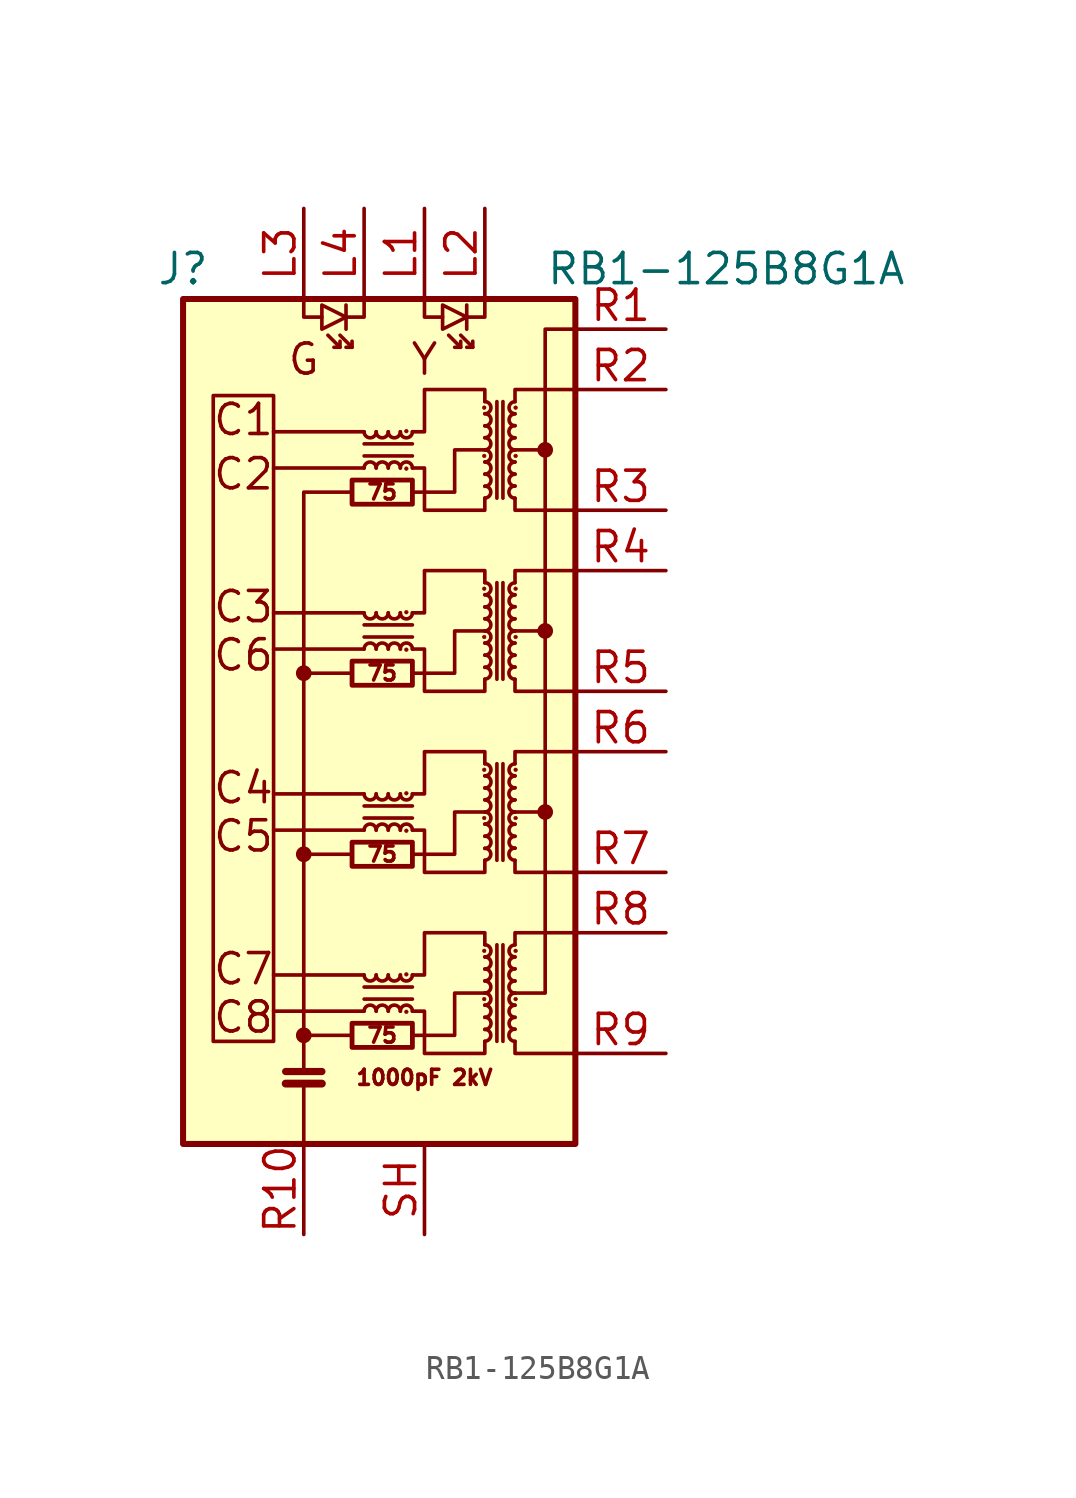
<source format=kicad_sym>
(kicad_symbol_lib
  (version 20220914)
  (generator kicad_symbol_editor)
  (symbol "RB1-125B8G1A"
    (pin_names hide)
    (property "Reference" "J"
      (at -7.62 20.32 0)
      (effects (font (size 1.27 1.27))))
    (property "Value" "RB1-125B8G1A"
      (at 15.24 20.32 0)
      (effects (font (size 1.27 1.27))))
    (symbol "RB1-125B8G1A_0_0"
      (polyline (pts (xy -0.508 -11.938) (xy -2.54 -11.938)) (stroke (width 0) (type default)) (fill (type none)))
      (polyline (pts (xy 0 -10.922) (xy -3.81 -10.922)) (stroke (width 0) (type default)) (fill (type none)))
      (polyline (pts (xy 0 -9.398) (xy -3.81 -9.398)) (stroke (width 0) (type default)) (fill (type none)))
      (polyline (pts (xy 0 -3.302) (xy -3.81 -3.302)) (stroke (width 0) (type default)) (fill (type none)))
      (polyline (pts (xy 0 -1.778) (xy -3.81 -1.778)) (stroke (width 0) (type default)) (fill (type none)))
      (polyline (pts (xy 0 4.318) (xy -3.81 4.318)) (stroke (width 0) (type default)) (fill (type none)))
      (polyline (pts (xy 0 5.842) (xy -3.81 5.842)) (stroke (width 0) (type default)) (fill (type none)))
      (polyline (pts (xy 0 11.938) (xy -3.81 11.938)) (stroke (width 0) (type default)) (fill (type none)))
      (polyline (pts (xy 0 13.462) (xy -3.81 13.462)) (stroke (width 0) (type default)) (fill (type none)))
      (polyline (pts (xy 6.35 5.08) (xy 7.62 5.08)) (stroke (width 0) (type default)) (fill (type none)))
      (polyline (pts (xy 7.62 -2.54) (xy 6.35 -2.54)) (stroke (width 0) (type default)) (fill (type none)))
      (polyline (pts (xy 7.62 12.7) (xy 6.35 12.7)) (stroke (width 0) (type default)) (fill (type none)))
      (polyline (pts (xy 2.032 -11.938) (xy 3.81 -11.938) (xy 3.81 -10.16) (xy 5.08 -10.16)) (stroke (width 0) (type default)) (fill (type none)))
      (polyline (pts (xy 2.032 -4.318) (xy 3.81 -4.318) (xy 3.81 -2.54) (xy 5.08 -2.54)) (stroke (width 0) (type default)) (fill (type none)))
      (polyline (pts (xy 2.032 3.302) (xy 3.81 3.302) (xy 3.81 5.08) (xy 5.08 5.08)) (stroke (width 0) (type default)) (fill (type none)))
      (polyline (pts (xy 2.032 10.922) (xy 3.81 10.922) (xy 3.81 12.7) (xy 5.08 12.7)) (stroke (width 0) (type default)) (fill (type none)))
      (text "1000pF 2kV" (at 2.54 -13.716 0) (effects (font (size 0.635 0.635))))
      (text "75" (at 0.762 -11.938 0) (effects (font (size 0.635 0.635))))
      (text "75" (at 0.762 -4.318 0) (effects (font (size 0.635 0.635))))
      (text "75" (at 0.762 3.302 0) (effects (font (size 0.635 0.635))))
      (text "75" (at 0.762 10.922 0) (effects (font (size 0.635 0.635))))
      (text "C1" (at -5.08 13.97 0) (effects (font (size 1.27 1.27))))
      (text "C2" (at -5.08 11.684 0) (effects (font (size 1.27 1.27))))
      (text "C3" (at -5.08 6.096 0) (effects (font (size 1.27 1.27))))
      (text "C4" (at -5.08 -1.524 0) (effects (font (size 1.27 1.27))))
      (text "C5" (at -5.08 -3.556 0) (effects (font (size 1.27 1.27))))
      (text "C6" (at -5.08 4.064 0) (effects (font (size 1.27 1.27))))
      (text "C7" (at -5.08 -9.144 0) (effects (font (size 1.27 1.27))))
      (text "C8" (at -5.08 -11.176 0) (effects (font (size 1.27 1.27))))
      (text "G" (at -2.54 16.51 0) (effects (font (size 1.27 1.27))))
      (text "Y" (at 2.54 16.51 0) (effects (font (size 1.27 1.27)))))
    (symbol "RB1-125B8G1A_0_1"
      (rectangle (start -3.81 -12.192) (end -6.35 14.986) (stroke (width 0) (type default)) (fill (type none)))
      (circle (center -2.54 -11.938) (radius 0.254) (stroke (width 0) (type default)) (fill (type outline)))
      (circle (center -2.54 -4.318) (radius 0.254) (stroke (width 0) (type default)) (fill (type outline)))
      (circle (center -2.54 3.302) (radius 0.254) (stroke (width 0) (type default)) (fill (type outline)))
      (rectangle (start -0.508 -12.446) (end 2.032 -11.43) (stroke (width 0.203) (type default)) (fill (type none)))
      (rectangle (start -0.508 -4.826) (end 2.032 -3.81) (stroke (width 0.203) (type default)) (fill (type none)))
      (rectangle (start -0.508 2.794) (end 2.032 3.81) (stroke (width 0.203) (type default)) (fill (type none)))
      (rectangle (start -0.508 10.414) (end 2.032 11.43) (stroke (width 0.203) (type default)) (fill (type none)))
      (arc (start 0 -9.398) (mid 0.254 -9.6509) (end 0.508 -9.398) (stroke (width 0) (type default)) (fill (type none)))
      (arc (start 0 -1.778) (mid 0.254 -2.0309) (end 0.508 -1.778) (stroke (width 0) (type default)) (fill (type none)))
      (polyline (pts (xy -3.302 -13.97) (xy -1.778 -13.97)) (stroke (width 0.33) (type default)) (fill (type none)))
      (polyline (pts (xy -3.302 -13.462) (xy -1.778 -13.462)) (stroke (width 0.305) (type default)) (fill (type none)))
      (polyline (pts (xy -2.54 -16.51) (xy -2.54 -13.97)) (stroke (width 0) (type default)) (fill (type none)))
      (polyline (pts (xy -2.54 3.302) (xy -0.508 3.302)) (stroke (width 0) (type default)) (fill (type none)))
      (polyline (pts (xy -1.016 17.018) (xy -1.524 17.526)) (stroke (width 0) (type default)) (fill (type none)))
      (polyline (pts (xy -0.762 18.796) (xy -0.762 17.78)) (stroke (width 0) (type default)) (fill (type none)))
      (polyline (pts (xy -0.508 -4.318) (xy -2.54 -4.318)) (stroke (width 0) (type default)) (fill (type none)))
      (polyline (pts (xy -0.508 17.018) (xy -1.016 17.526)) (stroke (width 0) (type default)) (fill (type none)))
      (polyline (pts (xy 0 -10.414) (xy 2.032 -10.414)) (stroke (width 0) (type default)) (fill (type none)))
      (polyline (pts (xy 0 -2.794) (xy 2.032 -2.794)) (stroke (width 0) (type default)) (fill (type none)))
      (polyline (pts (xy 0 4.826) (xy 2.032 4.826)) (stroke (width 0) (type default)) (fill (type none)))
      (polyline (pts (xy 0 12.446) (xy 2.032 12.446)) (stroke (width 0) (type default)) (fill (type none)))
      (polyline (pts (xy 2.032 -9.906) (xy 0 -9.906)) (stroke (width 0) (type default)) (fill (type none)))
      (polyline (pts (xy 2.032 -2.286) (xy 0 -2.286)) (stroke (width 0) (type default)) (fill (type none)))
      (polyline (pts (xy 2.032 5.334) (xy 0 5.334)) (stroke (width 0) (type default)) (fill (type none)))
      (polyline (pts (xy 2.032 12.954) (xy 0 12.954)) (stroke (width 0) (type default)) (fill (type none)))
      (polyline (pts (xy 4.064 17.018) (xy 3.556 17.526)) (stroke (width 0) (type default)) (fill (type none)))
      (polyline (pts (xy 4.318 18.796) (xy 4.318 17.78)) (stroke (width 0) (type default)) (fill (type none)))
      (polyline (pts (xy 4.572 17.018) (xy 4.064 17.526)) (stroke (width 0) (type default)) (fill (type none)))
      (polyline (pts (xy 5.588 -8.128) (xy 5.588 -12.192)) (stroke (width 0) (type default)) (fill (type none)))
      (polyline (pts (xy 5.588 -0.508) (xy 5.588 -4.572)) (stroke (width 0) (type default)) (fill (type none)))
      (polyline (pts (xy 5.588 7.112) (xy 5.588 3.048)) (stroke (width 0) (type default)) (fill (type none)))
      (polyline (pts (xy 5.588 14.732) (xy 5.588 10.668)) (stroke (width 0) (type default)) (fill (type none)))
      (polyline (pts (xy 5.842 -12.192) (xy 5.842 -8.128)) (stroke (width 0) (type default)) (fill (type none)))
      (polyline (pts (xy 5.842 -4.572) (xy 5.842 -0.508)) (stroke (width 0) (type default)) (fill (type none)))
      (polyline (pts (xy 5.842 3.048) (xy 5.842 7.112)) (stroke (width 0) (type default)) (fill (type none)))
      (polyline (pts (xy 5.842 10.668) (xy 5.842 14.732)) (stroke (width 0) (type default)) (fill (type none)))
      (polyline (pts (xy -2.54 -13.462) (xy -2.54 10.922) (xy -0.508 10.922)) (stroke (width 0) (type default)) (fill (type none)))
      (polyline (pts (xy -2.54 19.05) (xy -2.54 18.288) (xy -1.778 18.288)) (stroke (width 0) (type default)) (fill (type none)))
      (polyline (pts (xy -1.016 17.272) (xy -1.016 17.018) (xy -1.27 17.018)) (stroke (width 0) (type default)) (fill (type none)))
      (polyline (pts (xy -0.508 17.272) (xy -0.508 17.018) (xy -0.762 17.018)) (stroke (width 0) (type default)) (fill (type none)))
      (polyline (pts (xy 0 19.05) (xy 0 18.288) (xy -0.762 18.288)) (stroke (width 0) (type default)) (fill (type none)))
      (polyline (pts (xy 2.54 19.05) (xy 2.54 18.288) (xy 3.302 18.288)) (stroke (width 0) (type default)) (fill (type none)))
      (polyline (pts (xy 4.064 17.272) (xy 4.064 17.018) (xy 3.81 17.018)) (stroke (width 0) (type default)) (fill (type none)))
      (polyline (pts (xy 4.572 17.272) (xy 4.572 17.018) (xy 4.318 17.018)) (stroke (width 0) (type default)) (fill (type none)))
      (polyline (pts (xy 5.08 19.05) (xy 5.08 18.288) (xy 4.318 18.288)) (stroke (width 0) (type default)) (fill (type none)))
      (polyline (pts (xy 6.35 -12.192) (xy 6.35 -12.7) (xy 8.89 -12.7)) (stroke (width 0) (type default)) (fill (type none)))
      (polyline (pts (xy 6.35 -8.128) (xy 6.35 -7.62) (xy 8.89 -7.62)) (stroke (width 0) (type default)) (fill (type none)))
      (polyline (pts (xy 6.35 -4.572) (xy 6.35 -5.08) (xy 8.89 -5.08)) (stroke (width 0) (type default)) (fill (type none)))
      (polyline (pts (xy 6.35 -0.508) (xy 6.35 0) (xy 8.89 0)) (stroke (width 0) (type default)) (fill (type none)))
      (polyline (pts (xy 6.35 3.048) (xy 6.35 2.54) (xy 8.89 2.54)) (stroke (width 0) (type default)) (fill (type none)))
      (polyline (pts (xy 6.35 7.112) (xy 6.35 7.62) (xy 8.89 7.62)) (stroke (width 0) (type default)) (fill (type none)))
      (polyline (pts (xy 6.35 10.668) (xy 6.35 10.16) (xy 8.89 10.16)) (stroke (width 0) (type default)) (fill (type none)))
      (polyline (pts (xy 6.35 14.732) (xy 6.35 15.24) (xy 8.89 15.24)) (stroke (width 0) (type default)) (fill (type none)))
      (polyline (pts (xy -0.762 18.288) (xy -1.778 18.796) (xy -1.778 17.78) (xy -0.762 18.288)) (stroke (width 0) (type default)) (fill (type none)))
      (polyline (pts (xy 4.318 18.288) (xy 3.302 18.796) (xy 3.302 17.78) (xy 4.318 18.288)) (stroke (width 0) (type default)) (fill (type none)))
      (polyline (pts (xy 8.89 17.78) (xy 7.62 17.78) (xy 7.62 -10.16) (xy 6.35 -10.16)) (stroke (width 0) (type default)) (fill (type none)))
      (polyline (pts (xy 2.032 -9.398) (xy 2.54 -9.398) (xy 2.54 -7.62) (xy 5.08 -7.62) (xy 5.08 -8.128)) (stroke (width 0) (type default)) (fill (type none)))
      (polyline (pts (xy 2.032 -1.778) (xy 2.54 -1.778) (xy 2.54 0) (xy 5.08 0) (xy 5.08 -0.508)) (stroke (width 0) (type default)) (fill (type none)))
      (polyline (pts (xy 2.032 5.842) (xy 2.54 5.842) (xy 2.54 7.62) (xy 5.08 7.62) (xy 5.08 7.112)) (stroke (width 0) (type default)) (fill (type none)))
      (polyline (pts (xy 2.032 13.462) (xy 2.54 13.462) (xy 2.54 15.24) (xy 5.08 15.24) (xy 5.08 14.732)) (stroke (width 0) (type default)) (fill (type none)))
      (polyline (pts (xy 5.08 -12.192) (xy 5.08 -12.7) (xy 2.54 -12.7) (xy 2.54 -10.922) (xy 2.032 -10.922)) (stroke (width 0) (type default)) (fill (type none)))
      (polyline (pts (xy 5.08 -4.572) (xy 5.08 -5.08) (xy 2.54 -5.08) (xy 2.54 -3.302) (xy 2.032 -3.302)) (stroke (width 0) (type default)) (fill (type none)))
      (polyline (pts (xy 5.08 3.048) (xy 5.08 2.54) (xy 2.54 2.54) (xy 2.54 4.318) (xy 2.032 4.318)) (stroke (width 0) (type default)) (fill (type none)))
      (polyline (pts (xy 5.08 10.668) (xy 5.08 10.16) (xy 2.54 10.16) (xy 2.54 11.938) (xy 2.032 11.938)) (stroke (width 0) (type default)) (fill (type none)))
      (arc (start 0 5.842) (mid 0.254 5.5891) (end 0.508 5.842) (stroke (width 0) (type default)) (fill (type none)))
      (arc (start 0 13.462) (mid 0.254 13.2091) (end 0.508 13.462) (stroke (width 0) (type default)) (fill (type none)))
      (arc (start 0.508 -10.922) (mid 0.254 -10.6691) (end 0 -10.922) (stroke (width 0) (type default)) (fill (type none)))
      (arc (start 0.508 -9.398) (mid 0.762 -9.6509) (end 1.016 -9.398) (stroke (width 0) (type default)) (fill (type none)))
      (arc (start 0.508 -3.302) (mid 0.254 -3.0491) (end 0 -3.302) (stroke (width 0) (type default)) (fill (type none)))
      (arc (start 0.508 -1.778) (mid 0.762 -2.0309) (end 1.016 -1.778) (stroke (width 0) (type default)) (fill (type none)))
      (arc (start 0.508 4.318) (mid 0.254 4.5709) (end 0 4.318) (stroke (width 0) (type default)) (fill (type none)))
      (arc (start 0.508 5.842) (mid 0.762 5.5891) (end 1.016 5.842) (stroke (width 0) (type default)) (fill (type none)))
      (arc (start 0.508 11.938) (mid 0.254 12.1909) (end 0 11.938) (stroke (width 0) (type default)) (fill (type none)))
      (arc (start 0.508 13.462) (mid 0.762 13.2091) (end 1.016 13.462) (stroke (width 0) (type default)) (fill (type none)))
      (arc (start 1.016 -10.922) (mid 0.762 -10.6691) (end 0.508 -10.922) (stroke (width 0) (type default)) (fill (type none)))
      (arc (start 1.016 -9.398) (mid 1.27 -9.6509) (end 1.524 -9.398) (stroke (width 0) (type default)) (fill (type none)))
      (arc (start 1.016 -3.302) (mid 0.762 -3.0491) (end 0.508 -3.302) (stroke (width 0) (type default)) (fill (type none)))
      (arc (start 1.016 -1.778) (mid 1.27 -2.0309) (end 1.524 -1.778) (stroke (width 0) (type default)) (fill (type none)))
      (arc (start 1.016 4.318) (mid 0.762 4.5709) (end 0.508 4.318) (stroke (width 0) (type default)) (fill (type none)))
      (arc (start 1.016 5.842) (mid 1.27 5.5891) (end 1.524 5.842) (stroke (width 0) (type default)) (fill (type none)))
      (arc (start 1.016 11.938) (mid 0.762 12.1909) (end 0.508 11.938) (stroke (width 0) (type default)) (fill (type none)))
      (arc (start 1.016 13.462) (mid 1.27 13.2091) (end 1.524 13.462) (stroke (width 0) (type default)) (fill (type none)))
      (arc (start 1.524 -10.922) (mid 1.27 -10.6691) (end 1.016 -10.922) (stroke (width 0) (type default)) (fill (type none)))
      (arc (start 1.524 -9.398) (mid 1.778 -9.6509) (end 2.032 -9.398) (stroke (width 0) (type default)) (fill (type none)))
      (arc (start 1.524 -3.302) (mid 1.27 -3.0491) (end 1.016 -3.302) (stroke (width 0) (type default)) (fill (type none)))
      (arc (start 1.524 -1.778) (mid 1.778 -2.0309) (end 2.032 -1.778) (stroke (width 0) (type default)) (fill (type none)))
      (arc (start 1.524 4.318) (mid 1.27 4.5709) (end 1.016 4.318) (stroke (width 0) (type default)) (fill (type none)))
      (arc (start 1.524 5.842) (mid 1.778 5.5891) (end 2.032 5.842) (stroke (width 0) (type default)) (fill (type none)))
      (arc (start 1.524 11.938) (mid 1.27 12.1909) (end 1.016 11.938) (stroke (width 0) (type default)) (fill (type none)))
      (arc (start 1.524 13.462) (mid 1.778 13.2091) (end 2.032 13.462) (stroke (width 0) (type default)) (fill (type none)))
      (circle (center 1.778 -10.947) (radius 0.076) (stroke (width 0.025) (type default)) (fill (type outline)))
      (circle (center 1.778 -9.373) (radius 0.076) (stroke (width 0.025) (type default)) (fill (type outline)))
      (circle (center 1.778 -3.327) (radius 0.076) (stroke (width 0.025) (type default)) (fill (type outline)))
      (circle (center 1.778 -1.753) (radius 0.076) (stroke (width 0.025) (type default)) (fill (type outline)))
      (circle (center 1.778 4.293) (radius 0.076) (stroke (width 0.025) (type default)) (fill (type outline)))
      (circle (center 1.778 5.867) (radius 0.076) (stroke (width 0.025) (type default)) (fill (type outline)))
      (circle (center 1.778 11.913) (radius 0.076) (stroke (width 0.025) (type default)) (fill (type outline)))
      (circle (center 1.778 13.487) (radius 0.076) (stroke (width 0.025) (type default)) (fill (type outline)))
      (arc (start 2.032 -10.922) (mid 1.778 -10.6691) (end 1.524 -10.922) (stroke (width 0) (type default)) (fill (type none)))
      (arc (start 2.032 -3.302) (mid 1.778 -3.0491) (end 1.524 -3.302) (stroke (width 0) (type default)) (fill (type none)))
      (arc (start 2.032 4.318) (mid 1.778 4.5709) (end 1.524 4.318) (stroke (width 0) (type default)) (fill (type none)))
      (arc (start 2.032 11.938) (mid 1.778 12.1909) (end 1.524 11.938) (stroke (width 0) (type default)) (fill (type none)))
      (circle (center 5.055 -10.414) (radius 0.076) (stroke (width 0.025) (type default)) (fill (type outline)))
      (circle (center 5.055 -8.382) (radius 0.076) (stroke (width 0.025) (type default)) (fill (type outline)))
      (circle (center 5.055 -2.794) (radius 0.076) (stroke (width 0.025) (type default)) (fill (type outline)))
      (circle (center 5.055 -0.762) (radius 0.076) (stroke (width 0.025) (type default)) (fill (type outline)))
      (circle (center 5.055 4.826) (radius 0.076) (stroke (width 0.025) (type default)) (fill (type outline)))
      (circle (center 5.055 6.858) (radius 0.076) (stroke (width 0.025) (type default)) (fill (type outline)))
      (circle (center 5.055 12.446) (radius 0.076) (stroke (width 0.025) (type default)) (fill (type outline)))
      (circle (center 5.055 14.478) (radius 0.076) (stroke (width 0.025) (type default)) (fill (type outline)))
      (arc (start 5.08 -12.192) (mid 5.3329 -11.938) (end 5.08 -11.684) (stroke (width 0) (type default)) (fill (type none)))
      (arc (start 5.08 -11.684) (mid 5.3329 -11.43) (end 5.08 -11.176) (stroke (width 0) (type default)) (fill (type none)))
      (arc (start 5.08 -11.176) (mid 5.3329 -10.922) (end 5.08 -10.668) (stroke (width 0) (type default)) (fill (type none)))
      (arc (start 5.08 -10.668) (mid 5.3329 -10.414) (end 5.08 -10.16) (stroke (width 0) (type default)) (fill (type none)))
      (arc (start 5.08 -10.16) (mid 5.3329 -9.906) (end 5.08 -9.652) (stroke (width 0) (type default)) (fill (type none)))
      (arc (start 5.08 -9.652) (mid 5.3329 -9.398) (end 5.08 -9.144) (stroke (width 0) (type default)) (fill (type none)))
      (arc (start 5.08 -9.144) (mid 5.3329 -8.89) (end 5.08 -8.636) (stroke (width 0) (type default)) (fill (type none)))
      (arc (start 5.08 -8.636) (mid 5.3329 -8.382) (end 5.08 -8.128) (stroke (width 0) (type default)) (fill (type none)))
      (arc (start 5.08 -4.572) (mid 5.3329 -4.318) (end 5.08 -4.064) (stroke (width 0) (type default)) (fill (type none)))
      (arc (start 5.08 -4.064) (mid 5.3329 -3.81) (end 5.08 -3.556) (stroke (width 0) (type default)) (fill (type none)))
      (arc (start 5.08 -3.556) (mid 5.3329 -3.302) (end 5.08 -3.048) (stroke (width 0) (type default)) (fill (type none)))
      (arc (start 5.08 -3.048) (mid 5.3329 -2.794) (end 5.08 -2.54) (stroke (width 0) (type default)) (fill (type none)))
      (arc (start 5.08 -2.54) (mid 5.3329 -2.286) (end 5.08 -2.032) (stroke (width 0) (type default)) (fill (type none)))
      (arc (start 5.08 -2.032) (mid 5.3329 -1.778) (end 5.08 -1.524) (stroke (width 0) (type default)) (fill (type none)))
      (arc (start 5.08 -1.524) (mid 5.3329 -1.27) (end 5.08 -1.016) (stroke (width 0) (type default)) (fill (type none)))
      (arc (start 5.08 -1.016) (mid 5.3329 -0.762) (end 5.08 -0.508) (stroke (width 0) (type default)) (fill (type none)))
      (arc (start 5.08 3.048) (mid 5.3329 3.302) (end 5.08 3.556) (stroke (width 0) (type default)) (fill (type none)))
      (arc (start 5.08 3.556) (mid 5.3329 3.81) (end 5.08 4.064) (stroke (width 0) (type default)) (fill (type none)))
      (arc (start 5.08 4.064) (mid 5.3329 4.318) (end 5.08 4.572) (stroke (width 0) (type default)) (fill (type none)))
      (arc (start 5.08 4.572) (mid 5.3329 4.826) (end 5.08 5.08) (stroke (width 0) (type default)) (fill (type none)))
      (arc (start 5.08 5.08) (mid 5.3329 5.334) (end 5.08 5.588) (stroke (width 0) (type default)) (fill (type none)))
      (arc (start 5.08 5.588) (mid 5.3329 5.842) (end 5.08 6.096) (stroke (width 0) (type default)) (fill (type none)))
      (arc (start 5.08 6.096) (mid 5.3329 6.35) (end 5.08 6.604) (stroke (width 0) (type default)) (fill (type none)))
      (arc (start 5.08 6.604) (mid 5.3329 6.858) (end 5.08 7.112) (stroke (width 0) (type default)) (fill (type none)))
      (arc (start 5.08 10.668) (mid 5.3329 10.922) (end 5.08 11.176) (stroke (width 0) (type default)) (fill (type none)))
      (arc (start 5.08 11.176) (mid 5.3329 11.43) (end 5.08 11.684) (stroke (width 0) (type default)) (fill (type none)))
      (arc (start 5.08 11.684) (mid 5.3329 11.938) (end 5.08 12.192) (stroke (width 0) (type default)) (fill (type none)))
      (arc (start 5.08 12.192) (mid 5.3329 12.446) (end 5.08 12.7) (stroke (width 0) (type default)) (fill (type none)))
      (arc (start 5.08 12.7) (mid 5.3329 12.954) (end 5.08 13.208) (stroke (width 0) (type default)) (fill (type none)))
      (arc (start 5.08 13.208) (mid 5.3329 13.462) (end 5.08 13.716) (stroke (width 0) (type default)) (fill (type none)))
      (arc (start 5.08 13.716) (mid 5.3329 13.97) (end 5.08 14.224) (stroke (width 0) (type default)) (fill (type none)))
      (arc (start 5.08 14.224) (mid 5.3329 14.478) (end 5.08 14.732) (stroke (width 0) (type default)) (fill (type none)))
      (arc (start 6.35 -11.684) (mid 6.0971 -11.938) (end 6.35 -12.192) (stroke (width 0) (type default)) (fill (type none)))
      (arc (start 6.35 -11.176) (mid 6.0971 -11.43) (end 6.35 -11.684) (stroke (width 0) (type default)) (fill (type none)))
      (arc (start 6.35 -10.668) (mid 6.0971 -10.922) (end 6.35 -11.176) (stroke (width 0) (type default)) (fill (type none)))
      (arc (start 6.35 -10.16) (mid 6.0971 -10.414) (end 6.35 -10.668) (stroke (width 0) (type default)) (fill (type none)))
      (arc (start 6.35 -9.652) (mid 6.0971 -9.906) (end 6.35 -10.16) (stroke (width 0) (type default)) (fill (type none)))
      (arc (start 6.35 -9.144) (mid 6.0971 -9.398) (end 6.35 -9.652) (stroke (width 0) (type default)) (fill (type none)))
      (arc (start 6.35 -8.636) (mid 6.0971 -8.89) (end 6.35 -9.144) (stroke (width 0) (type default)) (fill (type none)))
      (arc (start 6.35 -8.128) (mid 6.0971 -8.382) (end 6.35 -8.636) (stroke (width 0) (type default)) (fill (type none)))
      (arc (start 6.35 -4.064) (mid 6.0971 -4.318) (end 6.35 -4.572) (stroke (width 0) (type default)) (fill (type none)))
      (arc (start 6.35 -3.556) (mid 6.0971 -3.81) (end 6.35 -4.064) (stroke (width 0) (type default)) (fill (type none)))
      (arc (start 6.35 -3.048) (mid 6.0971 -3.302) (end 6.35 -3.556) (stroke (width 0) (type default)) (fill (type none)))
      (arc (start 6.35 -2.54) (mid 6.0971 -2.794) (end 6.35 -3.048) (stroke (width 0) (type default)) (fill (type none)))
      (arc (start 6.35 -2.032) (mid 6.0971 -2.286) (end 6.35 -2.54) (stroke (width 0) (type default)) (fill (type none)))
      (arc (start 6.35 -1.524) (mid 6.0971 -1.778) (end 6.35 -2.032) (stroke (width 0) (type default)) (fill (type none)))
      (arc (start 6.35 -1.016) (mid 6.0971 -1.27) (end 6.35 -1.524) (stroke (width 0) (type default)) (fill (type none)))
      (arc (start 6.35 -0.508) (mid 6.0971 -0.762) (end 6.35 -1.016) (stroke (width 0) (type default)) (fill (type none)))
      (arc (start 6.35 3.556) (mid 6.0971 3.302) (end 6.35 3.048) (stroke (width 0) (type default)) (fill (type none)))
      (arc (start 6.35 4.064) (mid 6.0971 3.81) (end 6.35 3.556) (stroke (width 0) (type default)) (fill (type none)))
      (arc (start 6.35 4.572) (mid 6.0971 4.318) (end 6.35 4.064) (stroke (width 0) (type default)) (fill (type none)))
      (arc (start 6.35 5.08) (mid 6.0971 4.826) (end 6.35 4.572) (stroke (width 0) (type default)) (fill (type none)))
      (arc (start 6.35 5.588) (mid 6.0971 5.334) (end 6.35 5.08) (stroke (width 0) (type default)) (fill (type none)))
      (arc (start 6.35 6.096) (mid 6.0971 5.842) (end 6.35 5.588) (stroke (width 0) (type default)) (fill (type none)))
      (arc (start 6.35 6.604) (mid 6.0971 6.35) (end 6.35 6.096) (stroke (width 0) (type default)) (fill (type none)))
      (arc (start 6.35 7.112) (mid 6.0971 6.858) (end 6.35 6.604) (stroke (width 0) (type default)) (fill (type none)))
      (arc (start 6.35 11.176) (mid 6.0971 10.922) (end 6.35 10.668) (stroke (width 0) (type default)) (fill (type none)))
      (arc (start 6.35 11.684) (mid 6.0971 11.43) (end 6.35 11.176) (stroke (width 0) (type default)) (fill (type none)))
      (arc (start 6.35 12.192) (mid 6.0971 11.938) (end 6.35 11.684) (stroke (width 0) (type default)) (fill (type none)))
      (arc (start 6.35 12.7) (mid 6.0971 12.446) (end 6.35 12.192) (stroke (width 0) (type default)) (fill (type none)))
      (arc (start 6.35 13.208) (mid 6.0971 12.954) (end 6.35 12.7) (stroke (width 0) (type default)) (fill (type none)))
      (arc (start 6.35 13.716) (mid 6.0971 13.462) (end 6.35 13.208) (stroke (width 0) (type default)) (fill (type none)))
      (arc (start 6.35 14.224) (mid 6.0971 13.97) (end 6.35 13.716) (stroke (width 0) (type default)) (fill (type none)))
      (arc (start 6.35 14.732) (mid 6.0971 14.478) (end 6.35 14.224) (stroke (width 0) (type default)) (fill (type none)))
      (circle (center 6.375 -10.414) (radius 0.076) (stroke (width 0.025) (type default)) (fill (type outline)))
      (circle (center 6.375 -8.382) (radius 0.076) (stroke (width 0.025) (type default)) (fill (type outline)))
      (circle (center 6.375 -2.794) (radius 0.076) (stroke (width 0.025) (type default)) (fill (type outline)))
      (circle (center 6.375 -0.762) (radius 0.076) (stroke (width 0.025) (type default)) (fill (type outline)))
      (circle (center 6.375 4.826) (radius 0.076) (stroke (width 0.025) (type default)) (fill (type outline)))
      (circle (center 6.375 6.858) (radius 0.076) (stroke (width 0.025) (type default)) (fill (type outline)))
      (circle (center 6.375 12.446) (radius 0.076) (stroke (width 0.025) (type default)) (fill (type outline)))
      (circle (center 6.375 14.478) (radius 0.076) (stroke (width 0.025) (type default)) (fill (type outline)))
      (circle (center 7.62 -2.54) (radius 0.254) (stroke (width 0) (type default)) (fill (type outline)))
      (circle (center 7.62 5.08) (radius 0.254) (stroke (width 0) (type default)) (fill (type outline)))
      (circle (center 7.62 12.7) (radius 0.254) (stroke (width 0) (type default)) (fill (type outline)))
      (rectangle (start 8.89 19.05) (end -7.62 -16.51) (stroke (width 0.254) (type default)) (fill (type background)))
      (pin power_in line (at -2.54 -20.32 90) (length 3.81) (name "GND" (effects (font (size 1.27 1.27)))) (number "R10" (effects (font (size 1.27 1.27))))))
    (symbol "RB1-125B8G1A_1_1"
      (pin passive line (at 2.54 22.86 270) (length 3.81) (name "~" (effects (font (size 1.27 1.27)))) (number "L1" (effects (font (size 1.27 1.27)))))
      (pin passive line (at 5.08 22.86 270) (length 3.81) (name "~" (effects (font (size 1.27 1.27)))) (number "L2" (effects (font (size 1.27 1.27)))))
      (pin passive line (at -2.54 22.86 270) (length 3.81) (name "~" (effects (font (size 1.27 1.27)))) (number "L3" (effects (font (size 1.27 1.27)))))
      (pin passive line (at 0 22.86 270) (length 3.81) (name "~" (effects (font (size 1.27 1.27)))) (number "L4" (effects (font (size 1.27 1.27)))))
      (pin passive line (at 12.7 17.78 180) (length 3.81) (name "CT" (effects (font (size 1.27 1.27)))) (number "R1" (effects (font (size 1.27 1.27)))))
      (pin passive line (at 12.7 15.24 180) (length 3.81) (name "TD1+" (effects (font (size 1.27 1.27)))) (number "R2" (effects (font (size 1.27 1.27)))))
      (pin passive line (at 12.7 10.16 180) (length 3.81) (name "TD1-" (effects (font (size 1.27 1.27)))) (number "R3" (effects (font (size 1.27 1.27)))))
      (pin passive line (at 12.7 7.62 180) (length 3.81) (name "TD2+" (effects (font (size 1.27 1.27)))) (number "R4" (effects (font (size 1.27 1.27)))))
      (pin passive line (at 12.7 2.54 180) (length 3.81) (name "TD2-" (effects (font (size 1.27 1.27)))) (number "R5" (effects (font (size 1.27 1.27)))))
      (pin passive line (at 12.7 0 180) (length 3.81) (name "TD3+" (effects (font (size 1.27 1.27)))) (number "R6" (effects (font (size 1.27 1.27)))))
      (pin passive line (at 12.7 -5.08 180) (length 3.81) (name "TD3-" (effects (font (size 1.27 1.27)))) (number "R7" (effects (font (size 1.27 1.27)))))
      (pin passive line (at 12.7 -7.62 180) (length 3.81) (name "TD4+" (effects (font (size 1.27 1.27)))) (number "R8" (effects (font (size 1.27 1.27)))))
      (pin passive line (at 12.7 -12.7 180) (length 3.81) (name "TD4-" (effects (font (size 1.27 1.27)))) (number "R9" (effects (font (size 1.27 1.27)))))
      (pin passive line (at 2.54 -20.32 90) (length 3.81) (name "SH" (effects (font (size 1.27 1.27)))) (number "SH" (effects (font (size 1.27 1.27))))))))
</source>
